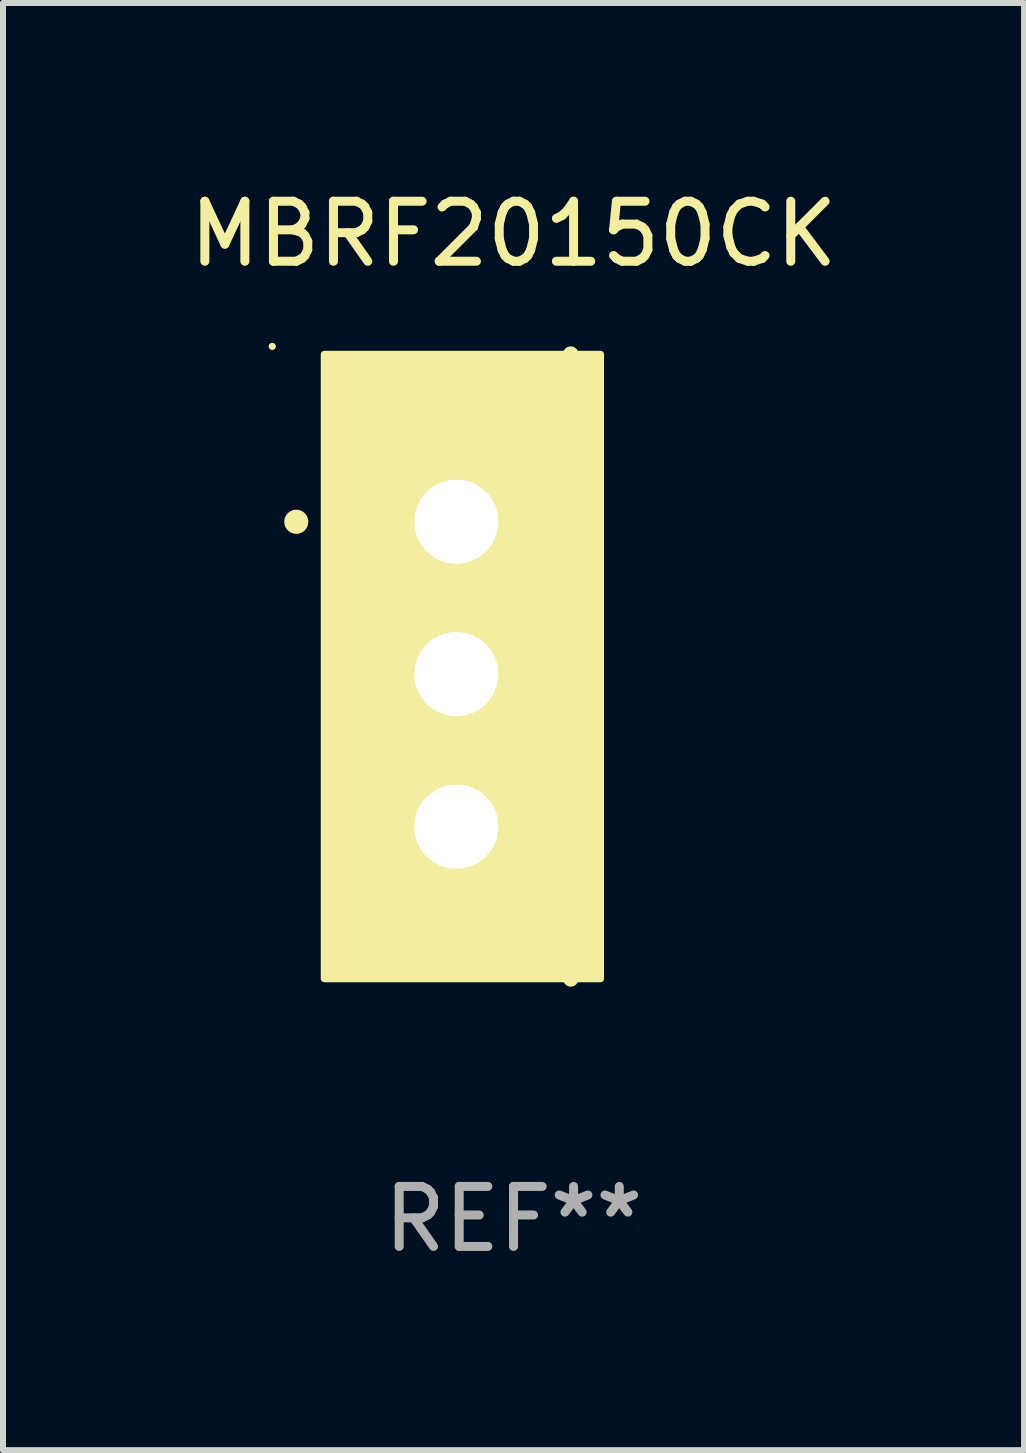
<source format=kicad_pcb>
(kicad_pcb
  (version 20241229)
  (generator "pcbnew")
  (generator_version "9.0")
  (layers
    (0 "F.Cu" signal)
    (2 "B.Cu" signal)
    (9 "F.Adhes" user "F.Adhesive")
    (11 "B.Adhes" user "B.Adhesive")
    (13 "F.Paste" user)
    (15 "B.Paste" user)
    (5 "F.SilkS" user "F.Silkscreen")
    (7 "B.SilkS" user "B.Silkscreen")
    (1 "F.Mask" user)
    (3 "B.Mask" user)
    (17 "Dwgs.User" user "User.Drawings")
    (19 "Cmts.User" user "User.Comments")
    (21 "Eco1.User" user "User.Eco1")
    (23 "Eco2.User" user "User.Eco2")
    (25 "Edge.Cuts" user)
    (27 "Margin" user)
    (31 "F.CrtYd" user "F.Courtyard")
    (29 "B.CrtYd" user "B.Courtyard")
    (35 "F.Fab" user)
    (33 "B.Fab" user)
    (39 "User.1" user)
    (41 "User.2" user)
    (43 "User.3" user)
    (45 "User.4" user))
  (footprint "MBRF20150CK"
    (layer "F.Cu")
    (at 5.506 8.055)
    (property "Reference" "MBRF20150CK" (at 0 -7.207 0) (layer "F.SilkS") (effects (font (size 1 1) (thickness 0.15))))
    (attr through_hole)
    (fp_line (start 0.953 5.207) (end 0.953 -5.207) (stroke (width 0.254) (type solid)) (layer "F.SilkS"))
    (fp_arc (start -3.619507 -2.410465) (mid -3.619511 -2.411735) (end -3.619507 -2.413005) (stroke (width 0.4) (type solid)) (layer "F.SilkS"))
    (fp_circle (center -4.02 -5.334) (end -3.99 -5.334) (stroke (width 0.06) (type solid)) (fill no) (layer "F.SilkS"))
    (fp_poly (pts (xy -3.152 -5.2) (xy 1.448 -5.2) (xy 1.448 5.2) (xy -3.152 5.2)) (stroke (width 0.12) (type solid)) (fill yes) (layer "F.SilkS"))
    (fp_text user "REF**" (at 0 9.207 0) (layer "F.Fab") (effects (font (size 1 1) (thickness 0.15))))
    (pad "1" thru_hole rect (at -0.953 -2.413 270) (size 2 2.5) (drill 1.4) (layers "*.Cu" "*.Mask"))
    (pad "2" thru_hole oval (at -0.953 0.127 270) (size 2 2.5) (drill 1.4) (layers "*.Cu" "*.Mask"))
    (pad "3" thru_hole oval (at -0.953 2.667 270) (size 2 2.5) (drill 1.4) (layers "*.Cu" "*.Mask")))
  (gr_rect
    (start -3 -3)
    (end 14.012 21.111)
    (stroke (width 0.1) (type default))
    (fill no)
    (layer "Edge.Cuts")))
</source>
